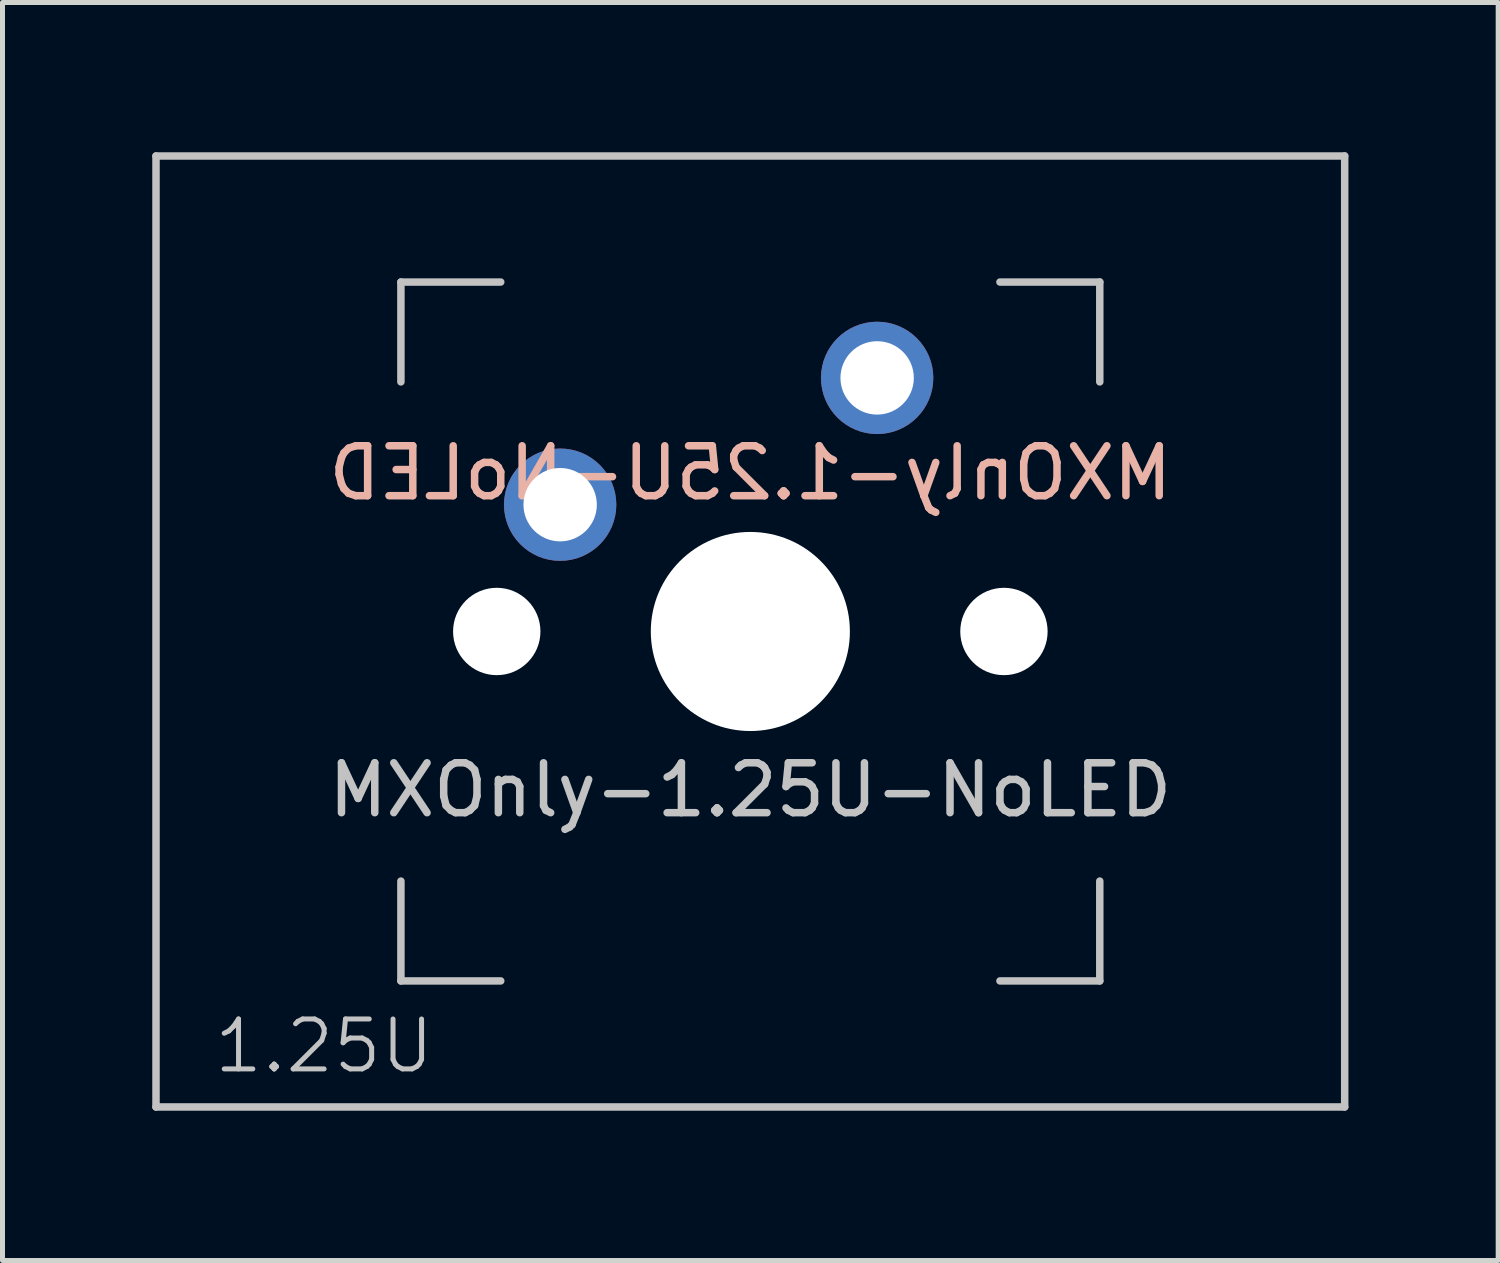
<source format=kicad_pcb>
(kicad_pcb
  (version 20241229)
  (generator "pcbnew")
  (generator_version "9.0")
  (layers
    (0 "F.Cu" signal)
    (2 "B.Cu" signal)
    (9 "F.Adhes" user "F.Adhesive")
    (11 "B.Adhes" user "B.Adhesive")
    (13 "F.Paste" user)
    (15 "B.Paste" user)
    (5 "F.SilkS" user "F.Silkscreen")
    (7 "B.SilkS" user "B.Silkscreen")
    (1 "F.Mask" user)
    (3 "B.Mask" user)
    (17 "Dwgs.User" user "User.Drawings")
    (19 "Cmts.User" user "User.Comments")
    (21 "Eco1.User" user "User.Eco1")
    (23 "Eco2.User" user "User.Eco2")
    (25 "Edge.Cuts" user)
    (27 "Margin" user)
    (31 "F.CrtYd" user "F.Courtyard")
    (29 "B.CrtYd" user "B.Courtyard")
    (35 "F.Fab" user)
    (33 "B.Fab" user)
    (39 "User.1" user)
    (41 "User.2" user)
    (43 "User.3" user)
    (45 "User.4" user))
  (footprint "MXOnly-1.25U-NoLED"
    (layer "F.Cu")
    (at 11.981 9.6)
    (property "Reference" "MXOnly-1.25U-NoLED" (at 0 3.175 0) (layer "Dwgs.User") (effects (font (size 1 1) (thickness 0.15))))
    (attr through_hole)
    (fp_line (start -11.906 -9.525) (end 11.906 -9.525) (stroke (width 0.15) (type solid)) (layer "Dwgs.User"))
    (fp_line (start -11.906 9.525) (end -11.906 -9.525) (stroke (width 0.15) (type solid)) (layer "Dwgs.User"))
    (fp_line (start -11.906 9.525) (end 11.906 9.525) (stroke (width 0.15) (type solid)) (layer "Dwgs.User"))
    (fp_line (start -7 -7) (end -7 -5) (stroke (width 0.15) (type solid)) (layer "Dwgs.User"))
    (fp_line (start -7 5) (end -7 7) (stroke (width 0.15) (type solid)) (layer "Dwgs.User"))
    (fp_line (start -7 7) (end -5 7) (stroke (width 0.15) (type solid)) (layer "Dwgs.User"))
    (fp_line (start -5 -7) (end -7 -7) (stroke (width 0.15) (type solid)) (layer "Dwgs.User"))
    (fp_line (start 5 -7) (end 7 -7) (stroke (width 0.15) (type solid)) (layer "Dwgs.User"))
    (fp_line (start 5 7) (end 7 7) (stroke (width 0.15) (type solid)) (layer "Dwgs.User"))
    (fp_line (start 7 -7) (end 7 -5) (stroke (width 0.15) (type solid)) (layer "Dwgs.User"))
    (fp_line (start 7 7) (end 7 5) (stroke (width 0.15) (type solid)) (layer "Dwgs.User"))
    (fp_line (start 11.906 -9.525) (end 11.906 9.525) (stroke (width 0.15) (type solid)) (layer "Dwgs.User"))
    (fp_text user "${REFERENCE}" (at 0 -3.175 0) (unlocked yes) (layer "B.SilkS") (effects (font (size 1 1) (thickness 0.15)) (justify mirror)))
    (fp_text user "1.25U" (at -10.795 8.89 0) (unlocked yes) (layer "Dwgs.User") (effects (font (size 1 1) (thickness 0.1)) (justify left bottom)))
    (pad "" np_thru_hole circle (at -5.08 0 48.1) (size 1.75 1.75) (drill 1.75) (layers "*.Cu" "*.Mask"))
    (pad "" np_thru_hole circle (at 0 0) (size 3.988 3.988) (drill 3.988) (layers "*.Cu" "*.Mask"))
    (pad "" np_thru_hole circle (at 5.08 0 48.1) (size 1.75 1.75) (drill 1.75) (layers "*.Cu" "*.Mask"))
    (pad "1" thru_hole circle (at -3.81 -2.54) (size 2.25 2.25) (drill 1.47) (layers "*.Cu" "*.Mask"))
    (pad "2" thru_hole circle (at 2.54 -5.08) (size 2.25 2.25) (drill 1.47) (layers "*.Cu" "*.Mask")))
  (gr_rect
    (start -3 -3)
    (end 26.962 22.2)
    (stroke (width 0.1) (type default))
    (fill no)
    (layer "Edge.Cuts")))
</source>
